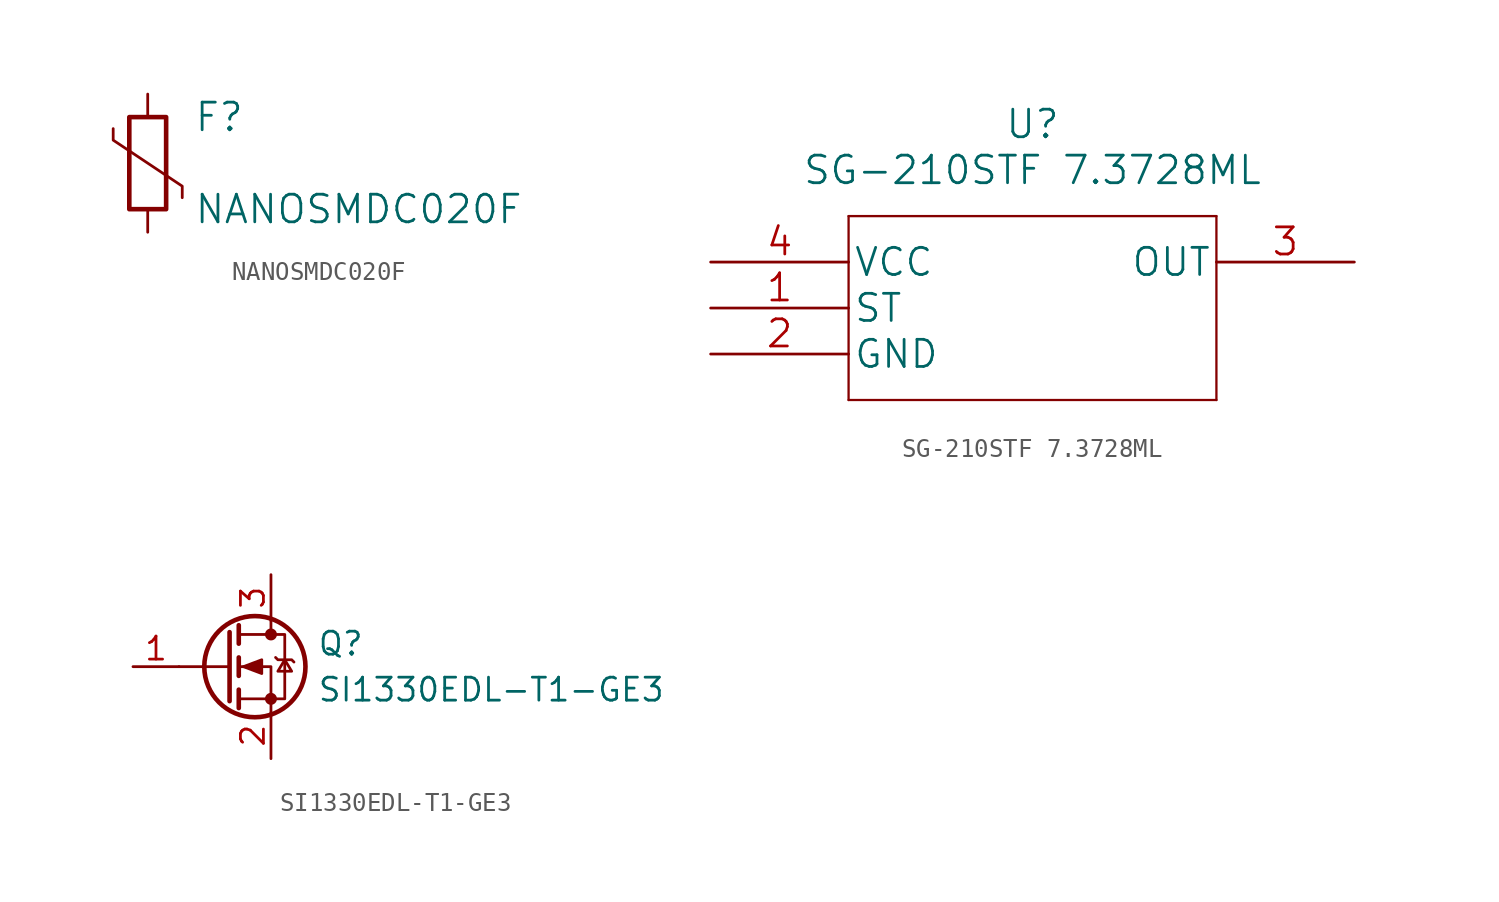
<source format=kicad_sym>
(kicad_symbol_lib
  (version 20220914)
  (generator kicad_symbol_editor)
  (symbol "NANOSMDC020F"
    (pin_numbers hide)
    (pin_names hide)
    (property "Reference" "F"
      (at 2.54 2.54 0)
      (effects (font (size 1.524 1.524)) (justify left)))
    (property "Value" "NANOSMDC020F"
      (at 2.54 -2.54 0)
      (effects (font (size 1.524 1.524)) (justify left)))
    (property "Datasheet" ""
      (at 0.254 -0.127 0)
      (effects (font (size 1.524 1.524))))
    (symbol "NANOSMDC020F_0_1"
      (rectangle (start -1.016 -2.54) (end 1.016 2.54) (stroke (width 0.254) (type default)) (fill (type none)))
      (polyline (pts (xy 1.905 -1.905) (xy 1.905 -1.27) (xy -1.905 1.27) (xy -1.905 1.905)) (stroke (width 0) (type default)) (fill (type none))))
    (symbol "NANOSMDC020F_1_1"
      (pin passive line (at 0 3.81 270) (length 1.27) (name "~" (effects (font (size 1.27 1.27)))) (number "1" (effects (font (size 1.27 1.27)))))
      (pin passive line (at 0 -3.81 90) (length 1.27) (name "~" (effects (font (size 1.27 1.27)))) (number "2" (effects (font (size 1.27 1.27)))))))
  (symbol "SG-210STF 7.3728ML"
    (pin_names
      (offset 0.254))
    (property "Reference" "U"
      (at 17.78 7.62 0)
      (effects (font (size 1.524 1.524))))
    (property "Value" "SG-210STF 7.3728ML"
      (at 17.78 5.08 0)
      (effects (font (size 1.524 1.524))))
    (property "Datasheet" ""
      (at 0 0 0)
      (effects (font (size 1.524 1.524))))
    (symbol "SG-210STF 7.3728ML_1_1"
      (polyline (pts (xy 7.62 -7.62) (xy 27.94 -7.62)) (stroke (width 0.127) (type default)) (fill (type none)))
      (polyline (pts (xy 7.62 2.54) (xy 7.62 -7.62)) (stroke (width 0.127) (type default)) (fill (type none)))
      (polyline (pts (xy 27.94 -7.62) (xy 27.94 2.54)) (stroke (width 0.127) (type default)) (fill (type none)))
      (polyline (pts (xy 27.94 2.54) (xy 7.62 2.54)) (stroke (width 0.127) (type default)) (fill (type none)))
      (pin input line (at 0 -2.54 0) (length 7.62) (name "ST" (effects (font (size 1.499 1.499)))) (number "1" (effects (font (size 1.499 1.499)))))
      (pin power_in line (at 0 -5.08 0) (length 7.62) (name "GND" (effects (font (size 1.499 1.499)))) (number "2" (effects (font (size 1.499 1.499)))))
      (pin output line (at 35.56 0 180) (length 7.62) (name "OUT" (effects (font (size 1.499 1.499)))) (number "3" (effects (font (size 1.499 1.499)))))
      (pin power_in line (at 0 0 0) (length 7.62) (name "VCC" (effects (font (size 1.499 1.499)))) (number "4" (effects (font (size 1.499 1.499)))))))
  (symbol "SI1330EDL-T1-GE3"
    (pin_names
      (offset 0) hide)
    (property "Reference" "Q"
      (at 5.08 1.27 0)
      (effects (font (size 1.27 1.27)) (justify left)))
    (property "Value" "SI1330EDL-T1-GE3"
      (at 5.08 -1.27 0)
      (effects (font (size 1.27 1.27)) (justify left)))
    (symbol "SI1330EDL-T1-GE3_0_1"
      (polyline (pts (xy 0.254 0) (xy -2.54 0)) (stroke (width 0) (type default)) (fill (type none)))
      (polyline (pts (xy 0.254 1.905) (xy 0.254 -1.905)) (stroke (width 0.254) (type default)) (fill (type none)))
      (polyline (pts (xy 0.762 -1.27) (xy 0.762 -2.286)) (stroke (width 0.254) (type default)) (fill (type none)))
      (polyline (pts (xy 0.762 0.508) (xy 0.762 -0.508)) (stroke (width 0.254) (type default)) (fill (type none)))
      (polyline (pts (xy 0.762 2.286) (xy 0.762 1.27)) (stroke (width 0.254) (type default)) (fill (type none)))
      (polyline (pts (xy 2.54 2.54) (xy 2.54 1.778)) (stroke (width 0) (type default)) (fill (type none)))
      (polyline (pts (xy 2.54 -2.54) (xy 2.54 0) (xy 0.762 0)) (stroke (width 0) (type default)) (fill (type none)))
      (polyline (pts (xy 0.762 -1.778) (xy 3.302 -1.778) (xy 3.302 1.778) (xy 0.762 1.778)) (stroke (width 0) (type default)) (fill (type none)))
      (polyline (pts (xy 1.016 0) (xy 2.032 0.381) (xy 2.032 -0.381) (xy 1.016 0)) (stroke (width 0) (type default)) (fill (type outline)))
      (polyline (pts (xy 2.794 0.508) (xy 2.921 0.381) (xy 3.683 0.381) (xy 3.81 0.254)) (stroke (width 0) (type default)) (fill (type none)))
      (polyline (pts (xy 3.302 0.381) (xy 2.921 -0.254) (xy 3.683 -0.254) (xy 3.302 0.381)) (stroke (width 0) (type default)) (fill (type none)))
      (circle (center 1.651 0) (radius 2.794) (stroke (width 0.254) (type default)) (fill (type none)))
      (circle (center 2.54 -1.778) (radius 0.254) (stroke (width 0) (type default)) (fill (type outline)))
      (circle (center 2.54 1.778) (radius 0.254) (stroke (width 0) (type default)) (fill (type outline))))
    (symbol "SI1330EDL-T1-GE3_1_1"
      (pin input line (at -5.08 0 0) (length 2.54) (name "G" (effects (font (size 1.27 1.27)))) (number "1" (effects (font (size 1.27 1.27)))))
      (pin passive line (at 2.54 -5.08 90) (length 2.54) (name "S" (effects (font (size 1.27 1.27)))) (number "2" (effects (font (size 1.27 1.27)))))
      (pin passive line (at 2.54 5.08 270) (length 2.54) (name "D" (effects (font (size 1.27 1.27)))) (number "3" (effects (font (size 1.27 1.27))))))))
</source>
